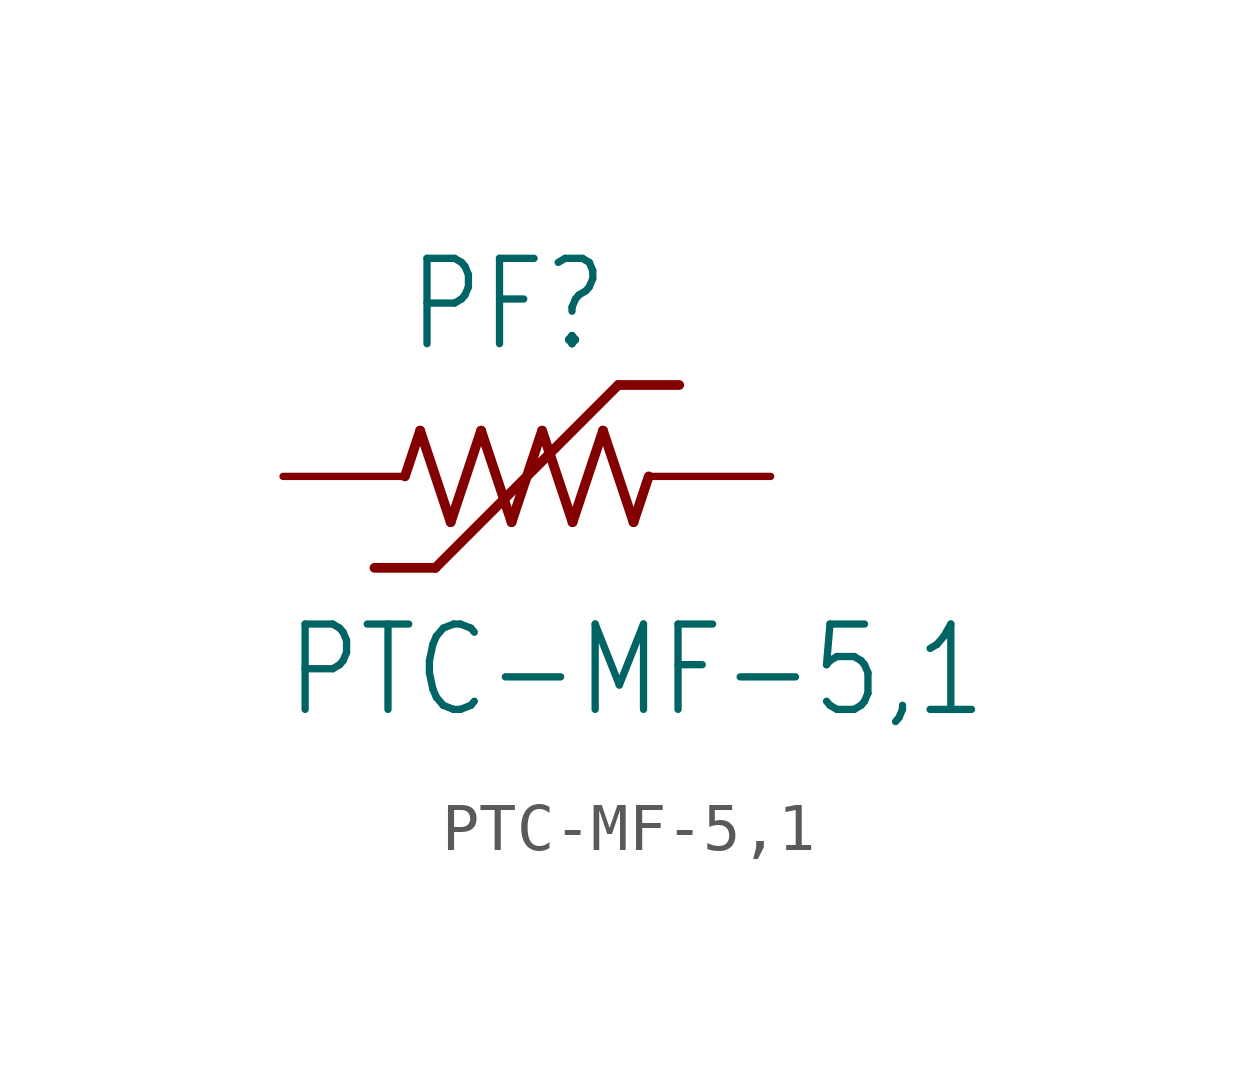
<source format=kicad_sym>
(kicad_symbol_lib
  (version 20211014)
  (generator kicad_symbol_editor)
  (symbol "PTC-MF-5,1"
    (property "Reference" "PF"
      (at -2.54 2.54 0)
      (effects (font (size 1.778 1.511)) (justify left bottom)))
    (property "Value" "PTC-MF-5,1"
      (at -5.08 -5.08 0)
      (effects (font (size 1.778 1.511)) (justify left bottom)))
    (property "ki_locked" ""
      (at 0 0 0)
      (effects (font (size 1.27 1.27))))
    (symbol "PTC-MF-5,1_1_0"
      (polyline (pts (xy -2.54 0) (xy -2.223 0.953)) (stroke (width 0.203) (type default) (color 0 0 0 0)) (fill (type none)))
      (polyline (pts (xy -2.223 0.953) (xy -1.587 -0.953)) (stroke (width 0.203) (type default) (color 0 0 0 0)) (fill (type none)))
      (polyline (pts (xy -1.905 -1.905) (xy -3.175 -1.905)) (stroke (width 0.203) (type default) (color 0 0 0 0)) (fill (type none)))
      (polyline (pts (xy -1.587 -0.953) (xy -0.953 0.953)) (stroke (width 0.203) (type default) (color 0 0 0 0)) (fill (type none)))
      (polyline (pts (xy -0.953 0.953) (xy -0.318 -0.953)) (stroke (width 0.203) (type default) (color 0 0 0 0)) (fill (type none)))
      (polyline (pts (xy -0.318 -0.953) (xy 0.318 0.953)) (stroke (width 0.203) (type default) (color 0 0 0 0)) (fill (type none)))
      (polyline (pts (xy 0.318 0.953) (xy 0.953 -0.953)) (stroke (width 0.203) (type default) (color 0 0 0 0)) (fill (type none)))
      (polyline (pts (xy 0.953 -0.953) (xy 1.587 0.953)) (stroke (width 0.203) (type default) (color 0 0 0 0)) (fill (type none)))
      (polyline (pts (xy 1.587 0.953) (xy 2.223 -0.953)) (stroke (width 0.203) (type default) (color 0 0 0 0)) (fill (type none)))
      (polyline (pts (xy 1.905 1.905) (xy -1.905 -1.905)) (stroke (width 0.203) (type default) (color 0 0 0 0)) (fill (type none)))
      (polyline (pts (xy 2.223 -0.953) (xy 2.54 0)) (stroke (width 0.203) (type default) (color 0 0 0 0)) (fill (type none)))
      (polyline (pts (xy 3.175 1.905) (xy 1.905 1.905)) (stroke (width 0.203) (type default) (color 0 0 0 0)) (fill (type none)))
      (pin passive line (at -5.08 0 0) (length 2.54) (name "1" (effects (font (size 0 0)))) (number "1" (effects (font (size 0 0)))))
      (pin passive line (at 5.08 0 180) (length 2.54) (name "2" (effects (font (size 0 0)))) (number "2" (effects (font (size 0 0))))))))
</source>
